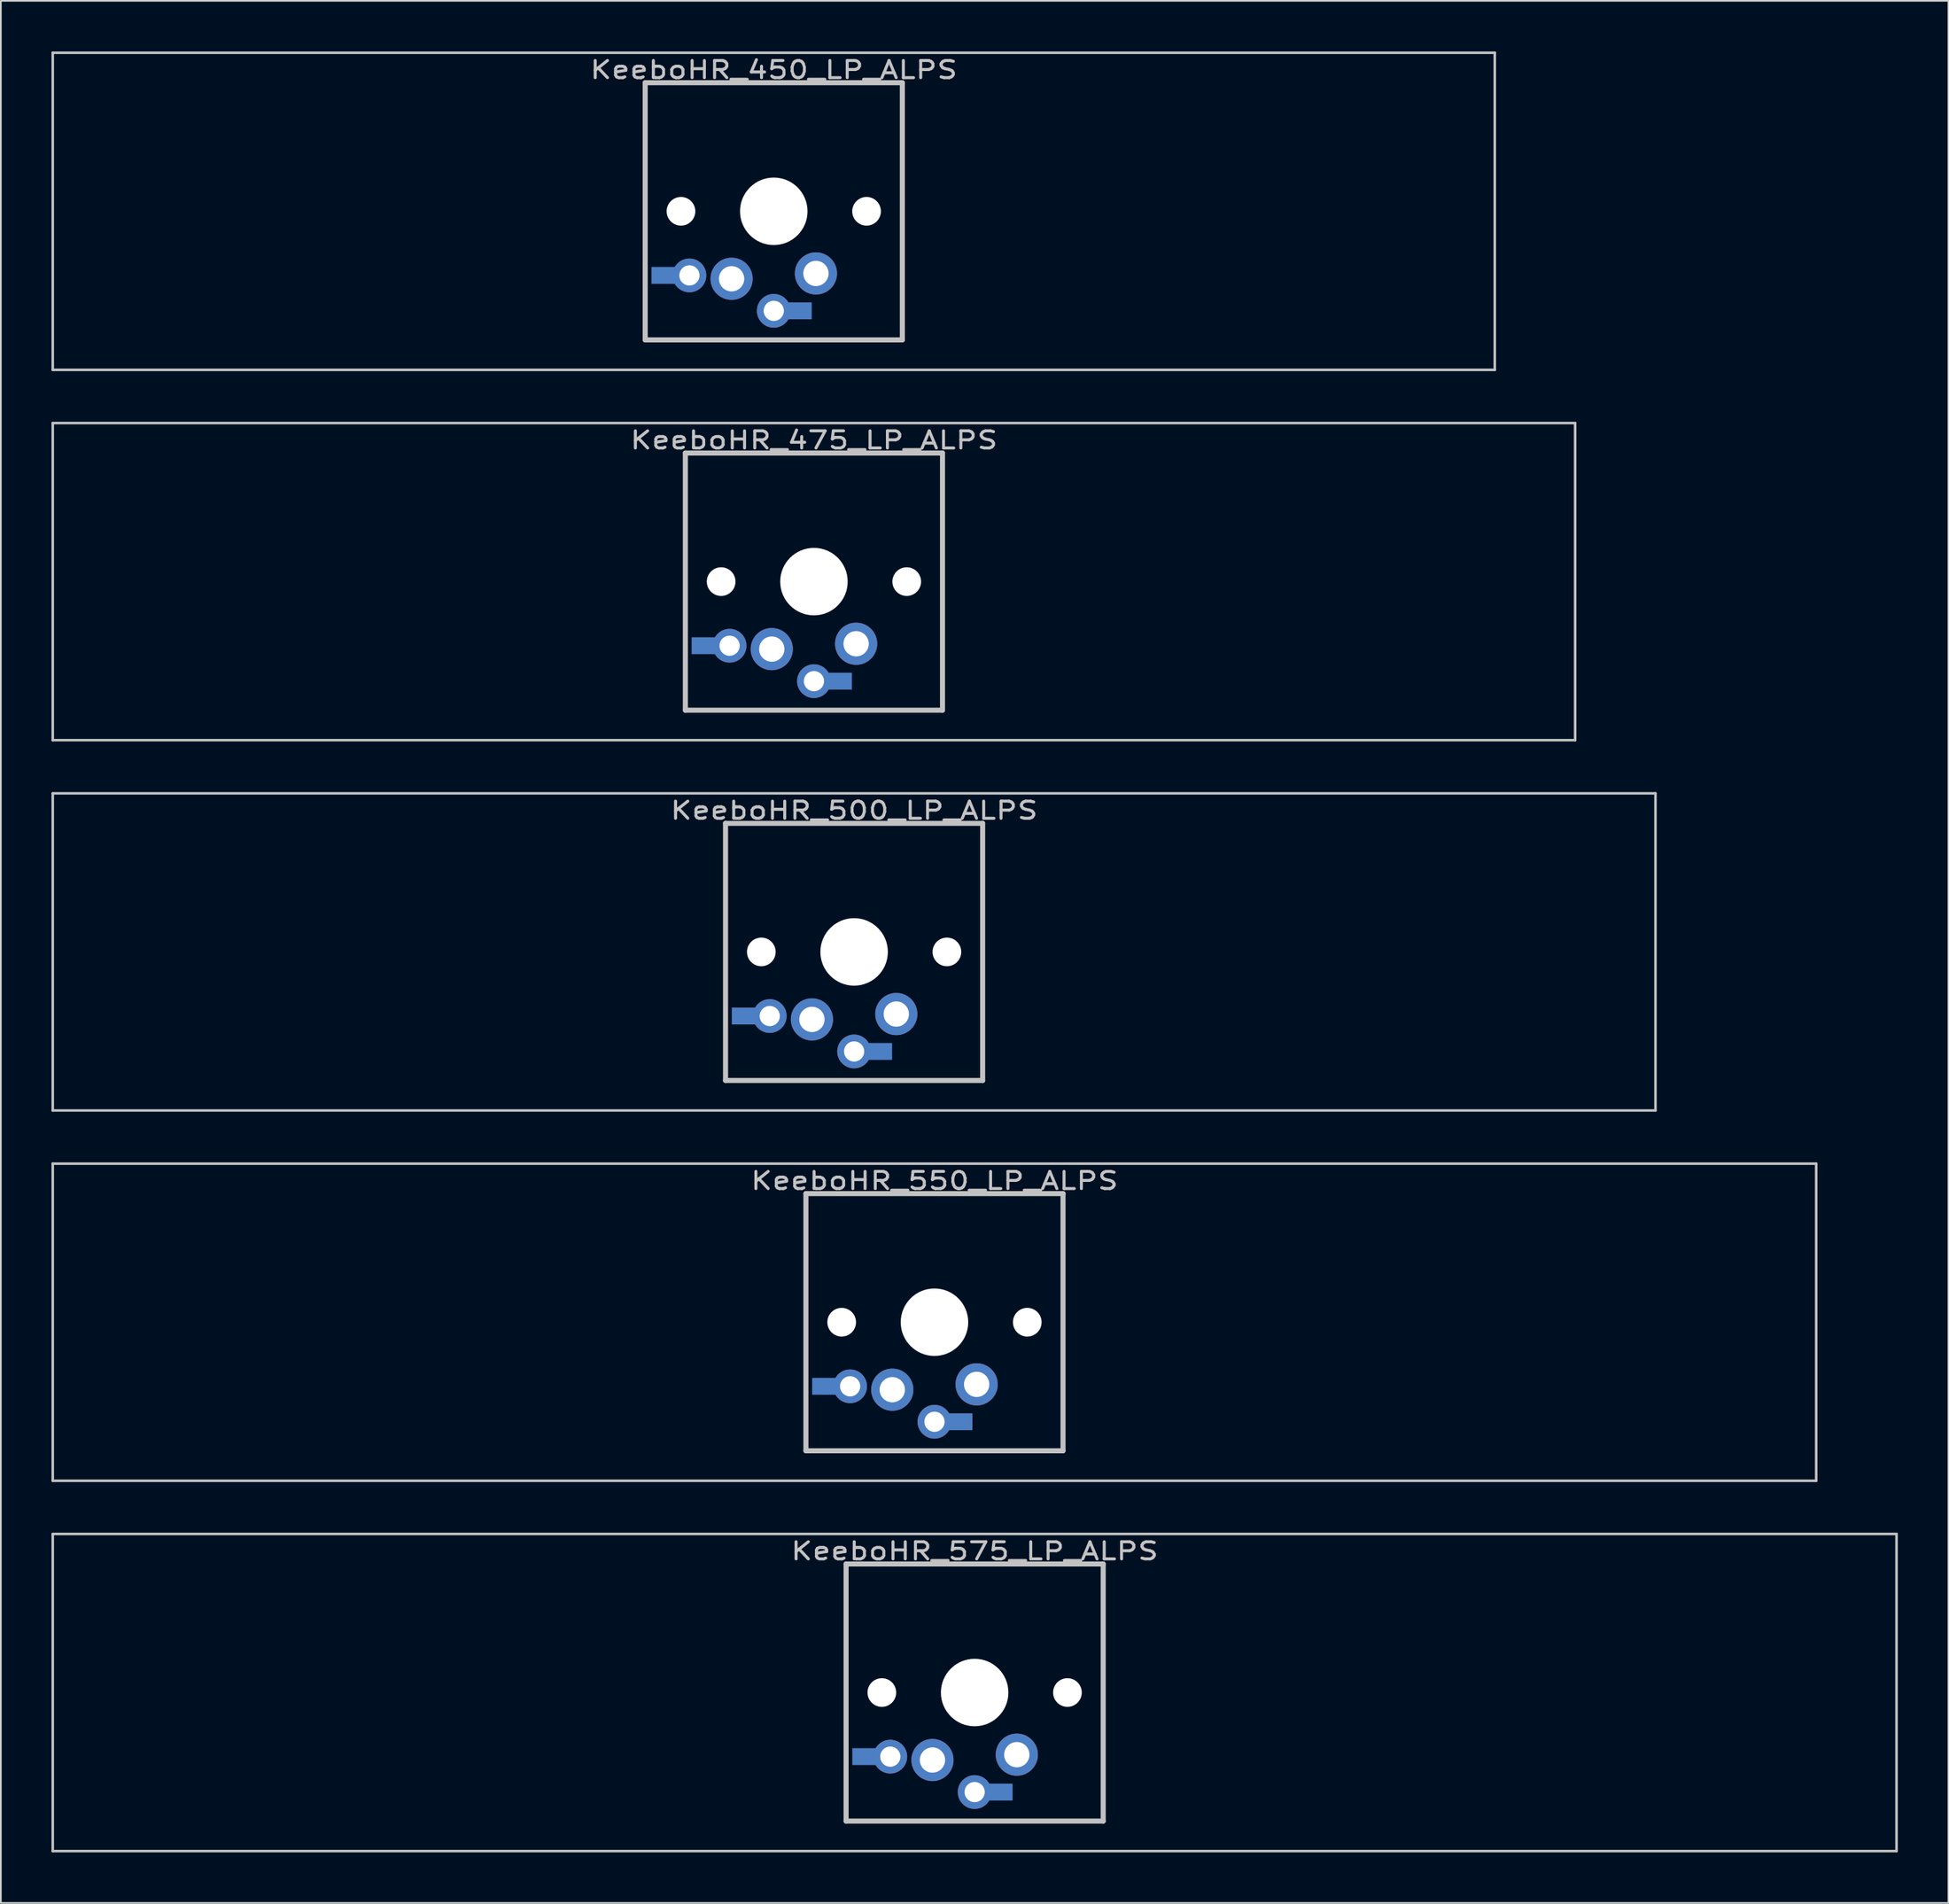
<source format=kicad_pcb>
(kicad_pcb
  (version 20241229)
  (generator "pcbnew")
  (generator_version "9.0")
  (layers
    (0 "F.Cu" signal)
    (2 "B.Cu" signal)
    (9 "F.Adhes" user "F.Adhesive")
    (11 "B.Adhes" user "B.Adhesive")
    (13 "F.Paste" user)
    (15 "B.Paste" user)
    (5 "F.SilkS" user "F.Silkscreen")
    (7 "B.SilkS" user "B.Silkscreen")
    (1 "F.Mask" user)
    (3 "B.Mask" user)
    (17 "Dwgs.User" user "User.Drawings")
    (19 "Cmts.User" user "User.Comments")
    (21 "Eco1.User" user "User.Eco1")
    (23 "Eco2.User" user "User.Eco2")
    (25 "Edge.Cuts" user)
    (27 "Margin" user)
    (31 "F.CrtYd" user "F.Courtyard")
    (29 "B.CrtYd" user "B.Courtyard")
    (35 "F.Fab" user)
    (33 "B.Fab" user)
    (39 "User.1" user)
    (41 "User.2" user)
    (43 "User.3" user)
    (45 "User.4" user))
  (footprint "KeeboHR_550_LP_ALPS"
    (layer "B.Cu")
    (at 52.337 75.319)
    (property "Reference" "KeeboHR_550_LP_ALPS" (at 0 -8.382 0) (layer "Dwgs.User") (effects (font (size 1.016 1.27) (thickness 0.178))))
    (attr through_hole)
    (fp_line (start -52.261 -9.398) (end 52.261 -9.398) (stroke (width 0.152) (type solid)) (layer "Dwgs.User"))
    (fp_line (start -52.261 9.398) (end -52.261 -9.398) (stroke (width 0.152) (type solid)) (layer "Dwgs.User"))
    (fp_line (start -7.62 -7.62) (end 7.62 -7.62) (stroke (width 0.3) (type solid)) (layer "Dwgs.User"))
    (fp_line (start -7.62 7.62) (end -7.62 -7.62) (stroke (width 0.3) (type solid)) (layer "Dwgs.User"))
    (fp_line (start 7.62 -7.62) (end 7.62 7.62) (stroke (width 0.3) (type solid)) (layer "Dwgs.User"))
    (fp_line (start 7.62 7.62) (end -7.62 7.62) (stroke (width 0.3) (type solid)) (layer "Dwgs.User"))
    (fp_line (start 52.261 -9.398) (end 52.261 9.398) (stroke (width 0.152) (type solid)) (layer "Dwgs.User"))
    (fp_line (start 52.261 9.398) (end -52.261 9.398) (stroke (width 0.152) (type solid)) (layer "Dwgs.User"))
    (pad "" np_thru_hole circle (at -5.5 0) (size 1.7 1.7) (drill 1.7) (layers "*.Cu" "*.Mask"))
    (pad "" np_thru_hole circle (at 0 0) (size 4 4) (drill 4) (layers "*.Cu" "*.Mask"))
    (pad "" np_thru_hole circle (at 5.5 0) (size 1.7 1.7) (drill 1.7) (layers "*.Cu" "*.Mask"))
    (pad "1" thru_hole circle (at 0 5.9) (size 2 2) (drill 1.2) (layers "*.Cu" "*.Mask"))
    (pad "1" smd rect (at 1.25 5.9) (size 2 1) (layers "B.Cu" "B.Mask"))
    (pad "1" thru_hole circle (at 2.5 3.683) (size 2.5 2.5) (drill 1.5) (layers "*.Cu" "*.Mask"))
    (pad "2" smd rect (at -6.25 3.8) (size 2 1) (layers "B.Cu" "B.Mask"))
    (pad "2" thru_hole circle (at -5 3.8) (size 2 2) (drill 1.2) (layers "*.Cu" "*.Mask"))
    (pad "2" thru_hole circle (at -2.5 4) (size 2.5 2.5) (drill 1.5) (layers "*.Cu" "*.Mask")))
  (footprint "KeeboHR_450_LP_ALPS"
    (layer "B.Cu")
    (at 42.812 9.474)
    (property "Reference" "KeeboHR_450_LP_ALPS" (at 0 -8.382 0) (layer "Dwgs.User") (effects (font (size 1.016 1.27) (thickness 0.178))))
    (attr through_hole)
    (fp_line (start -42.736 -9.398) (end 42.736 -9.398) (stroke (width 0.152) (type solid)) (layer "Dwgs.User"))
    (fp_line (start -42.736 9.398) (end -42.736 -9.398) (stroke (width 0.152) (type solid)) (layer "Dwgs.User"))
    (fp_line (start -7.62 -7.62) (end 7.62 -7.62) (stroke (width 0.3) (type solid)) (layer "Dwgs.User"))
    (fp_line (start -7.62 7.62) (end -7.62 -7.62) (stroke (width 0.3) (type solid)) (layer "Dwgs.User"))
    (fp_line (start 7.62 -7.62) (end 7.62 7.62) (stroke (width 0.3) (type solid)) (layer "Dwgs.User"))
    (fp_line (start 7.62 7.62) (end -7.62 7.62) (stroke (width 0.3) (type solid)) (layer "Dwgs.User"))
    (fp_line (start 42.736 -9.398) (end 42.736 9.398) (stroke (width 0.152) (type solid)) (layer "Dwgs.User"))
    (fp_line (start 42.736 9.398) (end -42.736 9.398) (stroke (width 0.152) (type solid)) (layer "Dwgs.User"))
    (pad "" np_thru_hole circle (at -5.5 0) (size 1.7 1.7) (drill 1.7) (layers "*.Cu" "*.Mask"))
    (pad "" np_thru_hole circle (at 0 0) (size 4 4) (drill 4) (layers "*.Cu" "*.Mask"))
    (pad "" np_thru_hole circle (at 5.5 0) (size 1.7 1.7) (drill 1.7) (layers "*.Cu" "*.Mask"))
    (pad "1" thru_hole circle (at 0 5.9) (size 2 2) (drill 1.2) (layers "*.Cu" "*.Mask"))
    (pad "1" smd rect (at 1.25 5.9) (size 2 1) (layers "B.Cu" "B.Mask"))
    (pad "1" thru_hole circle (at 2.5 3.683) (size 2.5 2.5) (drill 1.5) (layers "*.Cu" "*.Mask"))
    (pad "2" smd rect (at -6.25 3.8) (size 2 1) (layers "B.Cu" "B.Mask"))
    (pad "2" thru_hole circle (at -5 3.8) (size 2 2) (drill 1.2) (layers "*.Cu" "*.Mask"))
    (pad "2" thru_hole circle (at -2.5 4) (size 2.5 2.5) (drill 1.5) (layers "*.Cu" "*.Mask")))
  (footprint "KeeboHR_500_LP_ALPS"
    (layer "B.Cu")
    (at 47.574 53.371)
    (property "Reference" "KeeboHR_500_LP_ALPS" (at 0 -8.382 0) (layer "Dwgs.User") (effects (font (size 1.016 1.27) (thickness 0.178))))
    (attr through_hole)
    (fp_line (start -47.498 -9.398) (end 47.498 -9.398) (stroke (width 0.152) (type solid)) (layer "Dwgs.User"))
    (fp_line (start -47.498 9.398) (end -47.498 -9.398) (stroke (width 0.152) (type solid)) (layer "Dwgs.User"))
    (fp_line (start -7.62 -7.62) (end 7.62 -7.62) (stroke (width 0.3) (type solid)) (layer "Dwgs.User"))
    (fp_line (start -7.62 7.62) (end -7.62 -7.62) (stroke (width 0.3) (type solid)) (layer "Dwgs.User"))
    (fp_line (start 7.62 -7.62) (end 7.62 7.62) (stroke (width 0.3) (type solid)) (layer "Dwgs.User"))
    (fp_line (start 7.62 7.62) (end -7.62 7.62) (stroke (width 0.3) (type solid)) (layer "Dwgs.User"))
    (fp_line (start 47.498 -9.398) (end 47.498 9.398) (stroke (width 0.152) (type solid)) (layer "Dwgs.User"))
    (fp_line (start 47.498 9.398) (end -47.498 9.398) (stroke (width 0.152) (type solid)) (layer "Dwgs.User"))
    (pad "" np_thru_hole circle (at -5.5 0) (size 1.7 1.7) (drill 1.7) (layers "*.Cu" "*.Mask"))
    (pad "" np_thru_hole circle (at 0 0) (size 4 4) (drill 4) (layers "*.Cu" "*.Mask"))
    (pad "" np_thru_hole circle (at 5.5 0) (size 1.7 1.7) (drill 1.7) (layers "*.Cu" "*.Mask"))
    (pad "1" thru_hole circle (at 0 5.9) (size 2 2) (drill 1.2) (layers "*.Cu" "*.Mask"))
    (pad "1" smd rect (at 1.25 5.9) (size 2 1) (layers "B.Cu" "B.Mask"))
    (pad "1" thru_hole circle (at 2.5 3.683) (size 2.5 2.5) (drill 1.5) (layers "*.Cu" "*.Mask"))
    (pad "2" smd rect (at -6.25 3.8) (size 2 1) (layers "B.Cu" "B.Mask"))
    (pad "2" thru_hole circle (at -5 3.8) (size 2 2) (drill 1.2) (layers "*.Cu" "*.Mask"))
    (pad "2" thru_hole circle (at -2.5 4) (size 2.5 2.5) (drill 1.5) (layers "*.Cu" "*.Mask")))
  (footprint "KeeboHR_575_LP_ALPS"
    (layer "B.Cu")
    (at 54.718 97.268)
    (property "Reference" "KeeboHR_575_LP_ALPS" (at 0 -8.382 0) (layer "Dwgs.User") (effects (font (size 1.016 1.27) (thickness 0.178))))
    (attr through_hole)
    (fp_line (start -54.642 -9.398) (end 54.642 -9.398) (stroke (width 0.152) (type solid)) (layer "Dwgs.User"))
    (fp_line (start -54.642 9.398) (end -54.642 -9.398) (stroke (width 0.152) (type solid)) (layer "Dwgs.User"))
    (fp_line (start -7.62 -7.62) (end 7.62 -7.62) (stroke (width 0.3) (type solid)) (layer "Dwgs.User"))
    (fp_line (start -7.62 7.62) (end -7.62 -7.62) (stroke (width 0.3) (type solid)) (layer "Dwgs.User"))
    (fp_line (start 7.62 -7.62) (end 7.62 7.62) (stroke (width 0.3) (type solid)) (layer "Dwgs.User"))
    (fp_line (start 7.62 7.62) (end -7.62 7.62) (stroke (width 0.3) (type solid)) (layer "Dwgs.User"))
    (fp_line (start 54.642 -9.398) (end 54.642 9.398) (stroke (width 0.152) (type solid)) (layer "Dwgs.User"))
    (fp_line (start 54.642 9.398) (end -54.642 9.398) (stroke (width 0.152) (type solid)) (layer "Dwgs.User"))
    (pad "" np_thru_hole circle (at -5.5 0) (size 1.7 1.7) (drill 1.7) (layers "*.Cu" "*.Mask"))
    (pad "" np_thru_hole circle (at 0 0) (size 4 4) (drill 4) (layers "*.Cu" "*.Mask"))
    (pad "" np_thru_hole circle (at 5.5 0) (size 1.7 1.7) (drill 1.7) (layers "*.Cu" "*.Mask"))
    (pad "1" thru_hole circle (at 0 5.9) (size 2 2) (drill 1.2) (layers "*.Cu" "*.Mask"))
    (pad "1" smd rect (at 1.25 5.9) (size 2 1) (layers "B.Cu" "B.Mask"))
    (pad "1" thru_hole circle (at 2.5 3.683) (size 2.5 2.5) (drill 1.5) (layers "*.Cu" "*.Mask"))
    (pad "2" smd rect (at -6.25 3.8) (size 2 1) (layers "B.Cu" "B.Mask"))
    (pad "2" thru_hole circle (at -5 3.8) (size 2 2) (drill 1.2) (layers "*.Cu" "*.Mask"))
    (pad "2" thru_hole circle (at -2.5 4) (size 2.5 2.5) (drill 1.5) (layers "*.Cu" "*.Mask")))
  (footprint "KeeboHR_475_LP_ALPS"
    (layer "B.Cu")
    (at 45.193 31.423)
    (property "Reference" "KeeboHR_475_LP_ALPS" (at 0 -8.382 0) (layer "Dwgs.User") (effects (font (size 1.016 1.27) (thickness 0.178))))
    (attr through_hole)
    (fp_line (start -45.117 -9.398) (end 45.117 -9.398) (stroke (width 0.152) (type solid)) (layer "Dwgs.User"))
    (fp_line (start -45.117 9.398) (end -45.117 -9.398) (stroke (width 0.152) (type solid)) (layer "Dwgs.User"))
    (fp_line (start -7.62 -7.62) (end 7.62 -7.62) (stroke (width 0.3) (type solid)) (layer "Dwgs.User"))
    (fp_line (start -7.62 7.62) (end -7.62 -7.62) (stroke (width 0.3) (type solid)) (layer "Dwgs.User"))
    (fp_line (start 7.62 -7.62) (end 7.62 7.62) (stroke (width 0.3) (type solid)) (layer "Dwgs.User"))
    (fp_line (start 7.62 7.62) (end -7.62 7.62) (stroke (width 0.3) (type solid)) (layer "Dwgs.User"))
    (fp_line (start 45.117 -9.398) (end 45.117 9.398) (stroke (width 0.152) (type solid)) (layer "Dwgs.User"))
    (fp_line (start 45.117 9.398) (end -45.117 9.398) (stroke (width 0.152) (type solid)) (layer "Dwgs.User"))
    (pad "" np_thru_hole circle (at -5.5 0) (size 1.7 1.7) (drill 1.7) (layers "*.Cu" "*.Mask"))
    (pad "" np_thru_hole circle (at 0 0) (size 4 4) (drill 4) (layers "*.Cu" "*.Mask"))
    (pad "" np_thru_hole circle (at 5.5 0) (size 1.7 1.7) (drill 1.7) (layers "*.Cu" "*.Mask"))
    (pad "1" thru_hole circle (at 0 5.9) (size 2 2) (drill 1.2) (layers "*.Cu" "*.Mask"))
    (pad "1" smd rect (at 1.25 5.9) (size 2 1) (layers "B.Cu" "B.Mask"))
    (pad "1" thru_hole circle (at 2.5 3.683) (size 2.5 2.5) (drill 1.5) (layers "*.Cu" "*.Mask"))
    (pad "2" smd rect (at -6.25 3.8) (size 2 1) (layers "B.Cu" "B.Mask"))
    (pad "2" thru_hole circle (at -5 3.8) (size 2 2) (drill 1.2) (layers "*.Cu" "*.Mask"))
    (pad "2" thru_hole circle (at -2.5 4) (size 2.5 2.5) (drill 1.5) (layers "*.Cu" "*.Mask")))
  (gr_rect
    (start -3 -3)
    (end 112.436 109.742)
    (stroke (width 0.1) (type default))
    (fill no)
    (layer "Edge.Cuts")))
</source>
